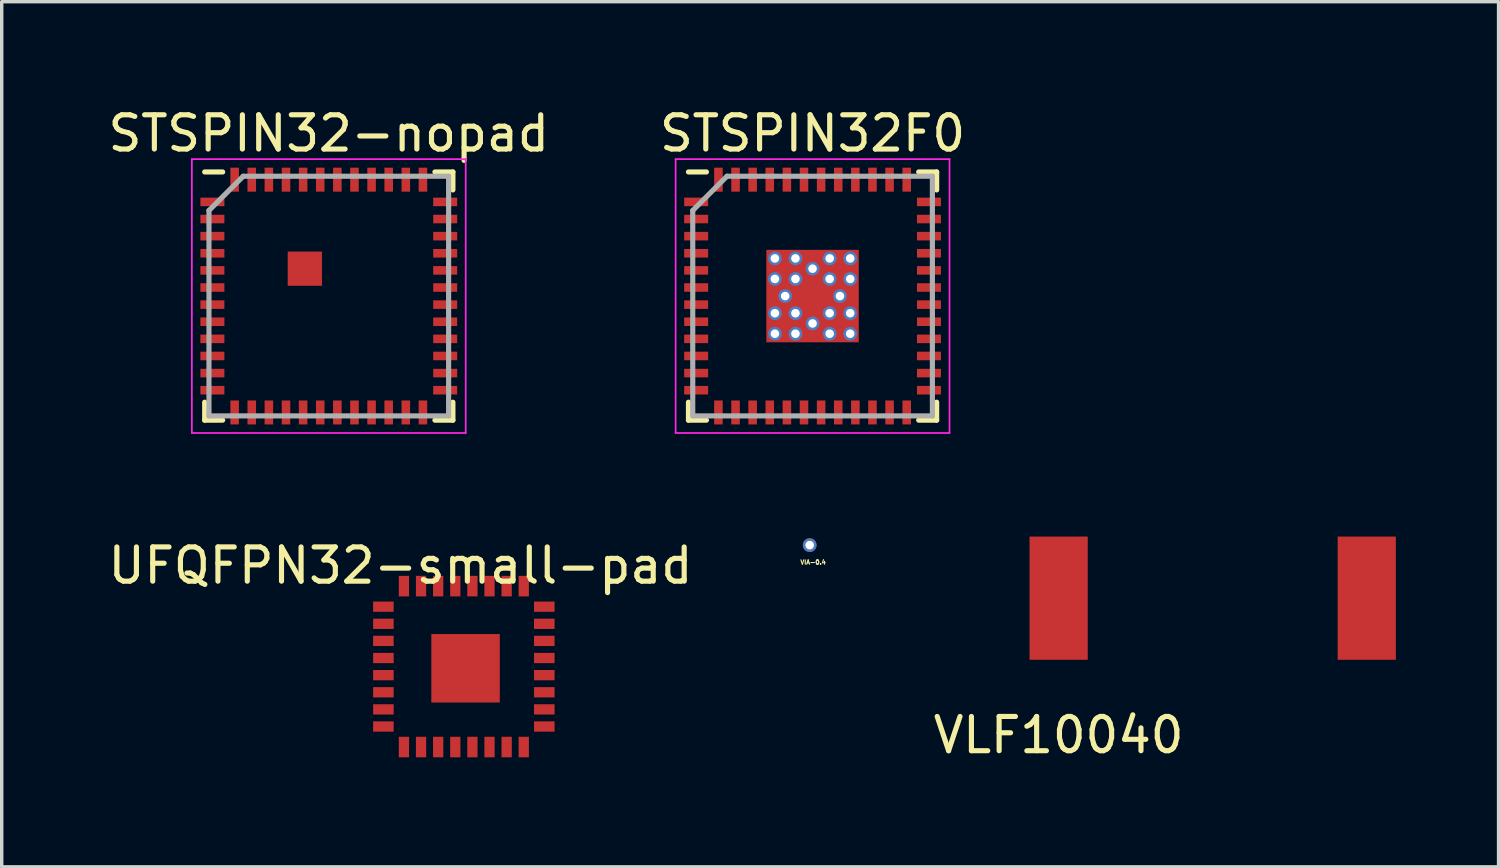
<source format=kicad_pcb>
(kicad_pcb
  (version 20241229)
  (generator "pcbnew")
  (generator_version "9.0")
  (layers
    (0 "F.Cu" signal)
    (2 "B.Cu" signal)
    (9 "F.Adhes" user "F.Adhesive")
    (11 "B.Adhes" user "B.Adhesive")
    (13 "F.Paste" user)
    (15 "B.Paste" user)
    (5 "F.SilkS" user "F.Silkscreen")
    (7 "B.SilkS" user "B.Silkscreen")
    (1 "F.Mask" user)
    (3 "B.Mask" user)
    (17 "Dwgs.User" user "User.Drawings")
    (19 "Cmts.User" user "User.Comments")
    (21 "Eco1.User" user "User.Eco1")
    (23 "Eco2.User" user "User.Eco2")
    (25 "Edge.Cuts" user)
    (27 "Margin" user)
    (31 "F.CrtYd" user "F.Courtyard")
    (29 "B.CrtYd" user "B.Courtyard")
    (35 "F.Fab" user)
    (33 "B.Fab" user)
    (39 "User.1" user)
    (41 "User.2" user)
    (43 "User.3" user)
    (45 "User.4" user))
  (footprint "STSPIN32-nopad"
    (layer "F.Cu")
    (at 6.554 5.598)
    (property "Reference" "STSPIN32-nopad" (at 0 -4.75 0) (layer "F.SilkS") (effects (font (size 1 1) (thickness 0.15))))
    (attr smd)
    (fp_line (start -3.625 -3.625) (end -3.1 -3.625) (stroke (width 0.15) (type solid)) (layer "F.SilkS"))
    (fp_line (start -3.625 3.625) (end -3.625 3.1) (stroke (width 0.15) (type solid)) (layer "F.SilkS"))
    (fp_line (start -3.625 3.625) (end -3.1 3.625) (stroke (width 0.15) (type solid)) (layer "F.SilkS"))
    (fp_line (start 3.625 -3.625) (end 3.1 -3.625) (stroke (width 0.15) (type solid)) (layer "F.SilkS"))
    (fp_line (start 3.625 -3.625) (end 3.625 -3.1) (stroke (width 0.15) (type solid)) (layer "F.SilkS"))
    (fp_line (start 3.625 3.625) (end 3.1 3.625) (stroke (width 0.15) (type solid)) (layer "F.SilkS"))
    (fp_line (start 3.625 3.625) (end 3.625 3.1) (stroke (width 0.15) (type solid)) (layer "F.SilkS"))
    (fp_line (start -4 -4) (end -4 4) (stroke (width 0.05) (type solid)) (layer "F.CrtYd"))
    (fp_line (start -4 -4) (end 4 -4) (stroke (width 0.05) (type solid)) (layer "F.CrtYd"))
    (fp_line (start -4 4) (end 4 4) (stroke (width 0.05) (type solid)) (layer "F.CrtYd"))
    (fp_line (start 4 -4) (end 4 4) (stroke (width 0.05) (type solid)) (layer "F.CrtYd"))
    (fp_line (start -3.5 -2.5) (end -2.5 -3.5) (stroke (width 0.15) (type solid)) (layer "F.Fab"))
    (fp_line (start -3.5 3.5) (end -3.5 -2.5) (stroke (width 0.15) (type solid)) (layer "F.Fab"))
    (fp_line (start -2.5 -3.5) (end 3.5 -3.5) (stroke (width 0.15) (type solid)) (layer "F.Fab"))
    (fp_line (start 3.5 -3.5) (end 3.5 3.5) (stroke (width 0.15) (type solid)) (layer "F.Fab"))
    (fp_line (start 3.5 3.5) (end -3.5 3.5) (stroke (width 0.15) (type solid)) (layer "F.Fab"))
    (pad "1" smd rect (at -3.4 -2.75) (size 0.7 0.25) (layers "F.Cu" "F.Mask" "F.Paste"))
    (pad "2" smd rect (at -3.4 -2.25) (size 0.7 0.25) (layers "F.Cu" "F.Mask" "F.Paste"))
    (pad "3" smd rect (at -3.4 -1.75) (size 0.7 0.25) (layers "F.Cu" "F.Mask" "F.Paste"))
    (pad "4" smd rect (at -3.4 -1.25) (size 0.7 0.25) (layers "F.Cu" "F.Mask" "F.Paste"))
    (pad "5" smd rect (at -3.4 -0.75) (size 0.7 0.25) (layers "F.Cu" "F.Mask" "F.Paste"))
    (pad "6" smd rect (at -3.4 -0.25) (size 0.7 0.25) (layers "F.Cu" "F.Mask" "F.Paste"))
    (pad "7" smd rect (at -3.4 0.25) (size 0.7 0.25) (layers "F.Cu" "F.Mask" "F.Paste"))
    (pad "8" smd rect (at -3.4 0.75) (size 0.7 0.25) (layers "F.Cu" "F.Mask" "F.Paste"))
    (pad "9" smd rect (at -3.4 1.25) (size 0.7 0.25) (layers "F.Cu" "F.Mask" "F.Paste"))
    (pad "10" smd rect (at -3.4 1.75) (size 0.7 0.25) (layers "F.Cu" "F.Mask" "F.Paste"))
    (pad "11" smd rect (at -3.4 2.25) (size 0.7 0.25) (layers "F.Cu" "F.Mask" "F.Paste"))
    (pad "12" smd rect (at -3.4 2.75) (size 0.7 0.25) (layers "F.Cu" "F.Mask" "F.Paste"))
    (pad "13" smd rect (at -2.75 3.4 90) (size 0.7 0.25) (layers "F.Cu" "F.Mask" "F.Paste"))
    (pad "14" smd rect (at -2.25 3.4 90) (size 0.7 0.25) (layers "F.Cu" "F.Mask" "F.Paste"))
    (pad "15" smd rect (at -1.75 3.4 90) (size 0.7 0.25) (layers "F.Cu" "F.Mask" "F.Paste"))
    (pad "16" smd rect (at -1.25 3.4 90) (size 0.7 0.25) (layers "F.Cu" "F.Mask" "F.Paste"))
    (pad "17" smd rect (at -0.75 3.4 90) (size 0.7 0.25) (layers "F.Cu" "F.Mask" "F.Paste"))
    (pad "18" smd rect (at -0.25 3.4 90) (size 0.7 0.25) (layers "F.Cu" "F.Mask" "F.Paste"))
    (pad "19" smd rect (at 0.25 3.4 90) (size 0.7 0.25) (layers "F.Cu" "F.Mask" "F.Paste"))
    (pad "20" smd rect (at 0.75 3.4 90) (size 0.7 0.25) (layers "F.Cu" "F.Mask" "F.Paste"))
    (pad "21" smd rect (at 1.25 3.4 90) (size 0.7 0.25) (layers "F.Cu" "F.Mask" "F.Paste"))
    (pad "22" smd rect (at 1.75 3.4 90) (size 0.7 0.25) (layers "F.Cu" "F.Mask" "F.Paste"))
    (pad "23" smd rect (at 2.25 3.4 90) (size 0.7 0.25) (layers "F.Cu" "F.Mask" "F.Paste"))
    (pad "24" smd rect (at 2.75 3.4 90) (size 0.7 0.25) (layers "F.Cu" "F.Mask" "F.Paste"))
    (pad "25" smd rect (at 3.4 2.75) (size 0.7 0.25) (layers "F.Cu" "F.Mask" "F.Paste"))
    (pad "26" smd rect (at 3.4 2.25) (size 0.7 0.25) (layers "F.Cu" "F.Mask" "F.Paste"))
    (pad "27" smd rect (at 3.4 1.75) (size 0.7 0.25) (layers "F.Cu" "F.Mask" "F.Paste"))
    (pad "28" smd rect (at 3.4 1.25) (size 0.7 0.25) (layers "F.Cu" "F.Mask" "F.Paste"))
    (pad "29" smd rect (at 3.4 0.75) (size 0.7 0.25) (layers "F.Cu" "F.Mask" "F.Paste"))
    (pad "30" smd rect (at 3.4 0.25) (size 0.7 0.25) (layers "F.Cu" "F.Mask" "F.Paste"))
    (pad "31" smd rect (at 3.4 -0.25) (size 0.7 0.25) (layers "F.Cu" "F.Mask" "F.Paste"))
    (pad "32" smd rect (at 3.4 -0.75) (size 0.7 0.25) (layers "F.Cu" "F.Mask" "F.Paste"))
    (pad "33" smd rect (at 3.4 -1.25) (size 0.7 0.25) (layers "F.Cu" "F.Mask" "F.Paste"))
    (pad "34" smd rect (at 3.4 -1.75) (size 0.7 0.25) (layers "F.Cu" "F.Mask" "F.Paste"))
    (pad "35" smd rect (at 3.4 -2.25) (size 0.7 0.25) (layers "F.Cu" "F.Mask" "F.Paste"))
    (pad "36" smd rect (at 3.4 -2.75) (size 0.7 0.25) (layers "F.Cu" "F.Mask" "F.Paste"))
    (pad "37" smd rect (at 2.75 -3.4 90) (size 0.7 0.25) (layers "F.Cu" "F.Mask" "F.Paste"))
    (pad "38" smd rect (at 2.25 -3.4 90) (size 0.7 0.25) (layers "F.Cu" "F.Mask" "F.Paste"))
    (pad "39" smd rect (at 1.75 -3.4 90) (size 0.7 0.25) (layers "F.Cu" "F.Mask" "F.Paste"))
    (pad "40" smd rect (at 1.25 -3.4 90) (size 0.7 0.25) (layers "F.Cu" "F.Mask" "F.Paste"))
    (pad "41" smd rect (at 0.75 -3.4 90) (size 0.7 0.25) (layers "F.Cu" "F.Mask" "F.Paste"))
    (pad "42" smd rect (at 0.25 -3.4 90) (size 0.7 0.25) (layers "F.Cu" "F.Mask" "F.Paste"))
    (pad "43" smd rect (at -0.25 -3.4 90) (size 0.7 0.25) (layers "F.Cu" "F.Mask" "F.Paste"))
    (pad "44" smd rect (at -0.75 -3.4 90) (size 0.7 0.25) (layers "F.Cu" "F.Mask" "F.Paste"))
    (pad "45" smd rect (at -1.25 -3.4 90) (size 0.7 0.25) (layers "F.Cu" "F.Mask" "F.Paste"))
    (pad "46" smd rect (at -1.75 -3.4 90) (size 0.7 0.25) (layers "F.Cu" "F.Mask" "F.Paste"))
    (pad "47" smd rect (at -2.25 -3.4 90) (size 0.7 0.25) (layers "F.Cu" "F.Mask" "F.Paste"))
    (pad "48" smd rect (at -2.75 -3.4 90) (size 0.7 0.25) (layers "F.Cu" "F.Mask" "F.Paste"))
    (pad "49" smd rect (at -0.7 -0.8) (size 1 1) (layers "F.Cu" "F.Mask" "F.Paste")))
  (footprint "VIA-0.4"
    (layer "F.Cu")
    (at 20.701 12.873)
    (property "Reference" "VIA-0.4" (at 0 0.5 0) (layer "F.SilkS") (effects (font (size 0.127 0.127) (thickness 0.032))))
    (attr through_hole)
    (pad "1" thru_hole circle (at -0.1 0) (size 0.4 0.4) (drill 0.25) (layers "*.Cu")))
  (footprint "STSPIN32F0"
    (layer "F.Cu")
    (at 20.685 5.598)
    (property "Reference" "STSPIN32F0" (at 0 -4.75 0) (layer "F.SilkS") (effects (font (size 1 1) (thickness 0.15))))
    (attr smd)
    (fp_line (start -3.625 -3.625) (end -3.1 -3.625) (stroke (width 0.15) (type solid)) (layer "F.SilkS"))
    (fp_line (start -3.625 3.625) (end -3.625 3.1) (stroke (width 0.15) (type solid)) (layer "F.SilkS"))
    (fp_line (start -3.625 3.625) (end -3.1 3.625) (stroke (width 0.15) (type solid)) (layer "F.SilkS"))
    (fp_line (start 3.625 -3.625) (end 3.1 -3.625) (stroke (width 0.15) (type solid)) (layer "F.SilkS"))
    (fp_line (start 3.625 -3.625) (end 3.625 -3.1) (stroke (width 0.15) (type solid)) (layer "F.SilkS"))
    (fp_line (start 3.625 3.625) (end 3.1 3.625) (stroke (width 0.15) (type solid)) (layer "F.SilkS"))
    (fp_line (start 3.625 3.625) (end 3.625 3.1) (stroke (width 0.15) (type solid)) (layer "F.SilkS"))
    (fp_line (start -4 -4) (end -4 4) (stroke (width 0.05) (type solid)) (layer "F.CrtYd"))
    (fp_line (start -4 -4) (end 4 -4) (stroke (width 0.05) (type solid)) (layer "F.CrtYd"))
    (fp_line (start -4 4) (end 4 4) (stroke (width 0.05) (type solid)) (layer "F.CrtYd"))
    (fp_line (start 4 -4) (end 4 4) (stroke (width 0.05) (type solid)) (layer "F.CrtYd"))
    (fp_line (start -3.5 -2.5) (end -2.5 -3.5) (stroke (width 0.15) (type solid)) (layer "F.Fab"))
    (fp_line (start -3.5 3.5) (end -3.5 -2.5) (stroke (width 0.15) (type solid)) (layer "F.Fab"))
    (fp_line (start -2.5 -3.5) (end 3.5 -3.5) (stroke (width 0.15) (type solid)) (layer "F.Fab"))
    (fp_line (start 3.5 -3.5) (end 3.5 3.5) (stroke (width 0.15) (type solid)) (layer "F.Fab"))
    (fp_line (start 3.5 3.5) (end -3.5 3.5) (stroke (width 0.15) (type solid)) (layer "F.Fab"))
    (pad "1" smd rect (at -3.4 -2.75) (size 0.7 0.25) (layers "F.Cu" "F.Mask" "F.Paste"))
    (pad "2" smd rect (at -3.4 -2.25) (size 0.7 0.25) (layers "F.Cu" "F.Mask" "F.Paste"))
    (pad "3" smd rect (at -3.4 -1.75) (size 0.7 0.25) (layers "F.Cu" "F.Mask" "F.Paste"))
    (pad "4" smd rect (at -3.4 -1.25) (size 0.7 0.25) (layers "F.Cu" "F.Mask" "F.Paste"))
    (pad "5" smd rect (at -3.4 -0.75) (size 0.7 0.25) (layers "F.Cu" "F.Mask" "F.Paste"))
    (pad "6" smd rect (at -3.4 -0.25) (size 0.7 0.25) (layers "F.Cu" "F.Mask" "F.Paste"))
    (pad "7" smd rect (at -3.4 0.25) (size 0.7 0.25) (layers "F.Cu" "F.Mask" "F.Paste"))
    (pad "8" smd rect (at -3.4 0.75) (size 0.7 0.25) (layers "F.Cu" "F.Mask" "F.Paste"))
    (pad "9" smd rect (at -3.4 1.25) (size 0.7 0.25) (layers "F.Cu" "F.Mask" "F.Paste"))
    (pad "10" smd rect (at -3.4 1.75) (size 0.7 0.25) (layers "F.Cu" "F.Mask" "F.Paste"))
    (pad "11" smd rect (at -3.4 2.25) (size 0.7 0.25) (layers "F.Cu" "F.Mask" "F.Paste"))
    (pad "12" smd rect (at -3.4 2.75) (size 0.7 0.25) (layers "F.Cu" "F.Mask" "F.Paste"))
    (pad "13" smd rect (at -2.75 3.4 90) (size 0.7 0.25) (layers "F.Cu" "F.Mask" "F.Paste"))
    (pad "14" smd rect (at -2.25 3.4 90) (size 0.7 0.25) (layers "F.Cu" "F.Mask" "F.Paste"))
    (pad "15" smd rect (at -1.75 3.4 90) (size 0.7 0.25) (layers "F.Cu" "F.Mask" "F.Paste"))
    (pad "16" smd rect (at -1.25 3.4 90) (size 0.7 0.25) (layers "F.Cu" "F.Mask" "F.Paste"))
    (pad "17" smd rect (at -0.75 3.4 90) (size 0.7 0.25) (layers "F.Cu" "F.Mask" "F.Paste"))
    (pad "18" smd rect (at -0.25 3.4 90) (size 0.7 0.25) (layers "F.Cu" "F.Mask" "F.Paste"))
    (pad "19" smd rect (at 0.25 3.4 90) (size 0.7 0.25) (layers "F.Cu" "F.Mask" "F.Paste"))
    (pad "20" smd rect (at 0.75 3.4 90) (size 0.7 0.25) (layers "F.Cu" "F.Mask" "F.Paste"))
    (pad "21" smd rect (at 1.25 3.4 90) (size 0.7 0.25) (layers "F.Cu" "F.Mask" "F.Paste"))
    (pad "22" smd rect (at 1.75 3.4 90) (size 0.7 0.25) (layers "F.Cu" "F.Mask" "F.Paste"))
    (pad "23" smd rect (at 2.25 3.4 90) (size 0.7 0.25) (layers "F.Cu" "F.Mask" "F.Paste"))
    (pad "24" smd rect (at 2.75 3.4 90) (size 0.7 0.25) (layers "F.Cu" "F.Mask" "F.Paste"))
    (pad "25" smd rect (at 3.4 2.75) (size 0.7 0.25) (layers "F.Cu" "F.Mask" "F.Paste"))
    (pad "26" smd rect (at 3.4 2.25) (size 0.7 0.25) (layers "F.Cu" "F.Mask" "F.Paste"))
    (pad "27" smd rect (at 3.4 1.75) (size 0.7 0.25) (layers "F.Cu" "F.Mask" "F.Paste"))
    (pad "28" smd rect (at 3.4 1.25) (size 0.7 0.25) (layers "F.Cu" "F.Mask" "F.Paste"))
    (pad "29" smd rect (at 3.4 0.75) (size 0.7 0.25) (layers "F.Cu" "F.Mask" "F.Paste"))
    (pad "30" smd rect (at 3.4 0.25) (size 0.7 0.25) (layers "F.Cu" "F.Mask" "F.Paste"))
    (pad "31" smd rect (at 3.4 -0.25) (size 0.7 0.25) (layers "F.Cu" "F.Mask" "F.Paste"))
    (pad "32" smd rect (at 3.4 -0.75) (size 0.7 0.25) (layers "F.Cu" "F.Mask" "F.Paste"))
    (pad "33" smd rect (at 3.4 -1.25) (size 0.7 0.25) (layers "F.Cu" "F.Mask" "F.Paste"))
    (pad "34" smd rect (at 3.4 -1.75) (size 0.7 0.25) (layers "F.Cu" "F.Mask" "F.Paste"))
    (pad "35" smd rect (at 3.4 -2.25) (size 0.7 0.25) (layers "F.Cu" "F.Mask" "F.Paste"))
    (pad "36" smd rect (at 3.4 -2.75) (size 0.7 0.25) (layers "F.Cu" "F.Mask" "F.Paste"))
    (pad "37" smd rect (at 2.75 -3.4 90) (size 0.7 0.25) (layers "F.Cu" "F.Mask" "F.Paste"))
    (pad "38" smd rect (at 2.25 -3.4 90) (size 0.7 0.25) (layers "F.Cu" "F.Mask" "F.Paste"))
    (pad "39" smd rect (at 1.75 -3.4 90) (size 0.7 0.25) (layers "F.Cu" "F.Mask" "F.Paste"))
    (pad "40" smd rect (at 1.25 -3.4 90) (size 0.7 0.25) (layers "F.Cu" "F.Mask" "F.Paste"))
    (pad "41" smd rect (at 0.75 -3.4 90) (size 0.7 0.25) (layers "F.Cu" "F.Mask" "F.Paste"))
    (pad "42" smd rect (at 0.25 -3.4 90) (size 0.7 0.25) (layers "F.Cu" "F.Mask" "F.Paste"))
    (pad "43" smd rect (at -0.25 -3.4 90) (size 0.7 0.25) (layers "F.Cu" "F.Mask" "F.Paste"))
    (pad "44" smd rect (at -0.75 -3.4 90) (size 0.7 0.25) (layers "F.Cu" "F.Mask" "F.Paste"))
    (pad "45" smd rect (at -1.25 -3.4 90) (size 0.7 0.25) (layers "F.Cu" "F.Mask" "F.Paste"))
    (pad "46" smd rect (at -1.75 -3.4 90) (size 0.7 0.25) (layers "F.Cu" "F.Mask" "F.Paste"))
    (pad "47" smd rect (at -2.25 -3.4 90) (size 0.7 0.25) (layers "F.Cu" "F.Mask" "F.Paste"))
    (pad "48" smd rect (at -2.75 -3.4 90) (size 0.7 0.25) (layers "F.Cu" "F.Mask" "F.Paste"))
    (pad "49" thru_hole circle (at -1.1 -1.1) (size 0.4 0.4) (drill 0.25) (layers "*.Cu"))
    (pad "49" thru_hole circle (at -1.1 -0.5) (size 0.4 0.4) (drill 0.25) (layers "*.Cu"))
    (pad "49" thru_hole circle (at -1.1 0.5) (size 0.4 0.4) (drill 0.25) (layers "*.Cu"))
    (pad "49" thru_hole circle (at -1.1 1.1) (size 0.4 0.4) (drill 0.25) (layers "*.Cu"))
    (pad "49" thru_hole circle (at -0.8 0) (size 0.4 0.4) (drill 0.25) (layers "*.Cu"))
    (pad "49" thru_hole circle (at -0.5 -1.1) (size 0.4 0.4) (drill 0.25) (layers "*.Cu"))
    (pad "49" thru_hole circle (at -0.5 -0.5) (size 0.4 0.4) (drill 0.25) (layers "*.Cu"))
    (pad "49" thru_hole circle (at -0.5 0.5) (size 0.4 0.4) (drill 0.25) (layers "*.Cu"))
    (pad "49" thru_hole circle (at -0.5 1.1) (size 0.4 0.4) (drill 0.25) (layers "*.Cu"))
    (pad "49" thru_hole circle (at 0 -0.8) (size 0.4 0.4) (drill 0.25) (layers "*.Cu"))
    (pad "49" smd rect (at 0 0) (size 2.7 2.7) (layers "F.Cu" "F.Mask" "F.Paste"))
    (pad "49" thru_hole circle (at 0 0.8) (size 0.4 0.4) (drill 0.25) (layers "*.Cu"))
    (pad "49" thru_hole circle (at 0.5 -1.1) (size 0.4 0.4) (drill 0.25) (layers "*.Cu"))
    (pad "49" thru_hole circle (at 0.5 -0.5) (size 0.4 0.4) (drill 0.25) (layers "*.Cu"))
    (pad "49" thru_hole circle (at 0.5 0.5) (size 0.4 0.4) (drill 0.25) (layers "*.Cu"))
    (pad "49" thru_hole circle (at 0.5 1.1) (size 0.4 0.4) (drill 0.25) (layers "*.Cu"))
    (pad "49" thru_hole circle (at 0.8 0) (size 0.4 0.4) (drill 0.25) (layers "*.Cu"))
    (pad "49" thru_hole circle (at 1.1 -1.1) (size 0.4 0.4) (drill 0.25) (layers "*.Cu"))
    (pad "49" thru_hole circle (at 1.1 -0.5) (size 0.4 0.4) (drill 0.25) (layers "*.Cu"))
    (pad "49" thru_hole circle (at 1.1 0.5) (size 0.4 0.4) (drill 0.25) (layers "*.Cu"))
    (pad "49" thru_hole circle (at 1.1 1.1) (size 0.4 0.4) (drill 0.25) (layers "*.Cu")))
  (footprint "UFQFPN32-small-pad"
    (layer "F.Cu")
    (at 8.149 14.671)
    (property "Reference" "UFQFPN32-small-pad" (at 0.5 -1.2 0) (layer "F.SilkS") (effects (font (size 1 1) (thickness 0.15))))
    (attr through_hole)
    (pad "1" smd rect (at 0 0) (size 0.6 0.3) (layers "F.Cu" "F.Mask" "F.Paste"))
    (pad "2" smd rect (at 0 0.5) (size 0.6 0.3) (layers "F.Cu" "F.Mask" "F.Paste"))
    (pad "3" smd rect (at 0 1) (size 0.6 0.3) (layers "F.Cu" "F.Mask" "F.Paste"))
    (pad "4" smd rect (at 0 1.5) (size 0.6 0.3) (layers "F.Cu" "F.Mask" "F.Paste"))
    (pad "5" smd rect (at 0 2) (size 0.6 0.3) (layers "F.Cu" "F.Mask" "F.Paste"))
    (pad "6" smd rect (at 0 2.5) (size 0.6 0.3) (layers "F.Cu" "F.Mask" "F.Paste"))
    (pad "7" smd rect (at 0 3) (size 0.6 0.3) (layers "F.Cu" "F.Mask" "F.Paste"))
    (pad "8" smd rect (at 0 3.5) (size 0.6 0.3) (layers "F.Cu" "F.Mask" "F.Paste"))
    (pad "9" smd rect (at 0.6 4.1) (size 0.3 0.6) (layers "F.Cu" "F.Mask" "F.Paste"))
    (pad "10" smd rect (at 1.1 4.1) (size 0.3 0.6) (layers "F.Cu" "F.Mask" "F.Paste"))
    (pad "11" smd rect (at 1.6 4.1) (size 0.3 0.6) (layers "F.Cu" "F.Mask" "F.Paste"))
    (pad "12" smd rect (at 2.1 4.1) (size 0.3 0.6) (layers "F.Cu" "F.Mask" "F.Paste"))
    (pad "13" smd rect (at 2.6 4.1) (size 0.3 0.6) (layers "F.Cu" "F.Mask" "F.Paste"))
    (pad "14" smd rect (at 3.1 4.1) (size 0.3 0.6) (layers "F.Cu" "F.Mask" "F.Paste"))
    (pad "15" smd rect (at 3.6 4.1) (size 0.3 0.6) (layers "F.Cu" "F.Mask" "F.Paste"))
    (pad "16" smd rect (at 4.1 4.1) (size 0.3 0.6) (layers "F.Cu" "F.Mask" "F.Paste"))
    (pad "17" smd rect (at 4.7 3.5) (size 0.6 0.3) (layers "F.Cu" "F.Mask" "F.Paste"))
    (pad "18" smd rect (at 4.7 3) (size 0.6 0.3) (layers "F.Cu" "F.Mask" "F.Paste"))
    (pad "19" smd rect (at 4.7 2.5) (size 0.6 0.3) (layers "F.Cu" "F.Mask" "F.Paste"))
    (pad "20" smd rect (at 4.7 2) (size 0.6 0.3) (layers "F.Cu" "F.Mask" "F.Paste"))
    (pad "21" smd rect (at 4.7 1.5) (size 0.6 0.3) (layers "F.Cu" "F.Mask" "F.Paste"))
    (pad "22" smd rect (at 4.7 1) (size 0.6 0.3) (layers "F.Cu" "F.Mask" "F.Paste"))
    (pad "23" smd rect (at 4.7 0.5) (size 0.6 0.3) (layers "F.Cu" "F.Mask" "F.Paste"))
    (pad "24" smd rect (at 4.7 0) (size 0.6 0.3) (layers "F.Cu" "F.Mask" "F.Paste"))
    (pad "25" smd rect (at 4.1 -0.6) (size 0.3 0.6) (layers "F.Cu" "F.Mask" "F.Paste"))
    (pad "26" smd rect (at 3.6 -0.6) (size 0.3 0.6) (layers "F.Cu" "F.Mask" "F.Paste"))
    (pad "27" smd rect (at 3.1 -0.6) (size 0.3 0.6) (layers "F.Cu" "F.Mask" "F.Paste"))
    (pad "28" smd rect (at 2.6 -0.6) (size 0.3 0.6) (layers "F.Cu" "F.Mask" "F.Paste"))
    (pad "29" smd rect (at 2.1 -0.6) (size 0.3 0.6) (layers "F.Cu" "F.Mask" "F.Paste"))
    (pad "30" smd rect (at 1.6 -0.6) (size 0.3 0.6) (layers "F.Cu" "F.Mask" "F.Paste"))
    (pad "31" smd rect (at 1.1 -0.6) (size 0.3 0.6) (layers "F.Cu" "F.Mask" "F.Paste"))
    (pad "32" smd rect (at 0.6 -0.6) (size 0.3 0.6) (layers "F.Cu" "F.Mask" "F.Paste"))
    (pad "33" smd rect (at 2.4 1.8) (size 2 2) (layers "F.Cu" "F.Mask" "F.Paste")))
  (footprint "VLF10040"
    (layer "F.Cu")
    (at 27.873 14.423)
    (property "Reference" "VLF10040" (at 0 4 0) (layer "F.SilkS") (effects (font (size 1 1) (thickness 0.15))))
    (attr through_hole)
    (pad "1" smd rect (at 0 0) (size 1.7 3.6) (layers "F.Cu" "F.Mask" "F.Paste"))
    (pad "2" smd rect (at 9 0) (size 1.7 3.6) (layers "F.Cu" "F.Mask" "F.Paste")))
  (gr_rect
    (start -3 -3)
    (end 40.723 22.271)
    (stroke (width 0.1) (type default))
    (fill no)
    (layer "Edge.Cuts")))
</source>
